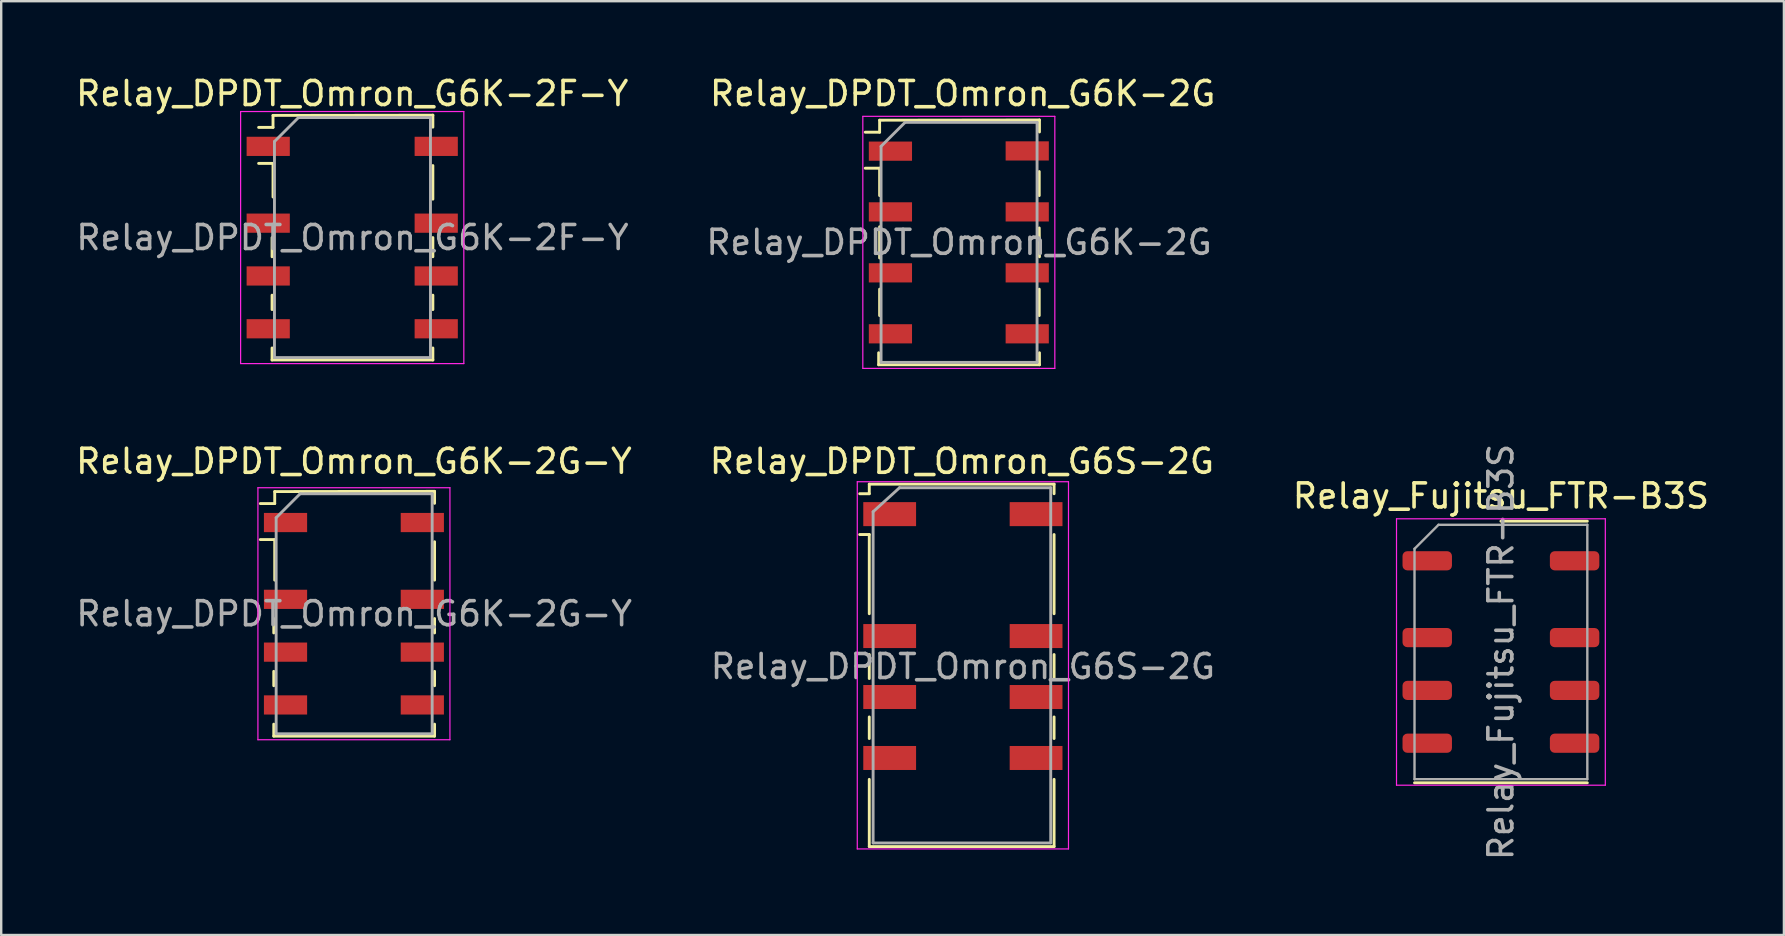
<source format=kicad_pcb>
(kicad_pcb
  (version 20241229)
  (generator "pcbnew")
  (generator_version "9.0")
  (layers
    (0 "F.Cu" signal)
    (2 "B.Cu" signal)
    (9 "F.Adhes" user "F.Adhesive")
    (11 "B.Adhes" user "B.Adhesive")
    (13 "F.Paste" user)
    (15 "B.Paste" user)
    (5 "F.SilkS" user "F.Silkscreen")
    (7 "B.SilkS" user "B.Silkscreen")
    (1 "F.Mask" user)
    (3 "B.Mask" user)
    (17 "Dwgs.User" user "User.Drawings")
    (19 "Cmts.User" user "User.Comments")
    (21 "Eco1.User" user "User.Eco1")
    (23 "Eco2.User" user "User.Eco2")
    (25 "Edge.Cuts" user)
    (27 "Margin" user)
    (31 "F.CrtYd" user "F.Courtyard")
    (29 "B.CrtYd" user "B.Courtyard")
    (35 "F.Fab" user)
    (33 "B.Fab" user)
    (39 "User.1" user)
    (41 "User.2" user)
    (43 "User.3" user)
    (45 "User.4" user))
  (footprint "Relay_Fujitsu_FTR-B3S"
    (layer "F.Cu")
    (at 59.485 24.115)
    (property "Reference" "Relay_Fujitsu_FTR-B3S" (at 0 -6.5 0) (layer "F.SilkS") (effects (font (size 1 1) (thickness 0.15))))
    (attr smd)
    (fp_line (start -3.6 5.45) (end 3.6 5.45) (stroke (width 0.12) (type solid)) (layer "F.SilkS"))
    (fp_line (start 0 -5.45) (end 3.6 -5.45) (stroke (width 0.12) (type solid)) (layer "F.SilkS"))
    (fp_line (start -4.35 -5.55) (end -4.35 5.55) (stroke (width 0.05) (type solid)) (layer "F.CrtYd"))
    (fp_line (start -4.35 5.55) (end 4.35 5.55) (stroke (width 0.05) (type solid)) (layer "F.CrtYd"))
    (fp_line (start 4.35 -5.55) (end -4.35 -5.55) (stroke (width 0.05) (type solid)) (layer "F.CrtYd"))
    (fp_line (start 4.35 5.55) (end 4.35 -5.55) (stroke (width 0.05) (type solid)) (layer "F.CrtYd"))
    (fp_line (start -3.6 -4.3) (end -2.6 -5.3) (stroke (width 0.1) (type solid)) (layer "F.Fab"))
    (fp_line (start -3.6 5.3) (end -3.6 -4.3) (stroke (width 0.1) (type solid)) (layer "F.Fab"))
    (fp_line (start -2.6 -5.3) (end 3.6 -5.3) (stroke (width 0.1) (type solid)) (layer "F.Fab"))
    (fp_line (start 3.6 -5.3) (end 3.6 5.3) (stroke (width 0.1) (type solid)) (layer "F.Fab"))
    (fp_line (start 3.6 5.3) (end -3.6 5.3) (stroke (width 0.1) (type solid)) (layer "F.Fab"))
    (fp_text user "${REFERENCE}" (at 0 0 90) (layer "F.Fab") (effects (font (size 1 1) (thickness 0.15))))
    (pad "1" smd roundrect (at -3.07 -3.8) (size 2.06 0.8) (layers "F.Cu" "F.Mask" "F.Paste") (roundrect_rratio 0.25))
    (pad "2" smd roundrect (at -3.07 -0.6) (size 2.06 0.8) (layers "F.Cu" "F.Mask" "F.Paste") (roundrect_rratio 0.25))
    (pad "3" smd roundrect (at -3.07 1.6) (size 2.06 0.8) (layers "F.Cu" "F.Mask" "F.Paste") (roundrect_rratio 0.25))
    (pad "4" smd roundrect (at -3.07 3.8) (size 2.06 0.8) (layers "F.Cu" "F.Mask" "F.Paste") (roundrect_rratio 0.25))
    (pad "5" smd roundrect (at 3.07 3.8) (size 2.06 0.8) (layers "F.Cu" "F.Mask" "F.Paste") (roundrect_rratio 0.25))
    (pad "6" smd roundrect (at 3.07 1.6) (size 2.06 0.8) (layers "F.Cu" "F.Mask" "F.Paste") (roundrect_rratio 0.25))
    (pad "7" smd roundrect (at 3.07 -0.6) (size 2.06 0.8) (layers "F.Cu" "F.Mask" "F.Paste") (roundrect_rratio 0.25))
    (pad "8" smd roundrect (at 3.07 -3.8) (size 2.06 0.8) (layers "F.Cu" "F.Mask" "F.Paste") (roundrect_rratio 0.25)))
  (footprint "Relay_DPDT_Omron_G6K-2G-Y"
    (layer "F.Cu")
    (at 11.696 22.521)
    (property "Reference" "Relay_DPDT_Omron_G6K-2G-Y" (at 0 -6.35 0) (unlocked yes) (layer "F.SilkS") (effects (font (size 1 1) (thickness 0.15))))
    (attr smd)
    (fp_line (start -3.34 0.8) (end -3.34 0.2) (stroke (width 0.12) (type solid)) (layer "F.SilkS"))
    (fp_line (start -3.34 3) (end -3.34 2.4) (stroke (width 0.12) (type solid)) (layer "F.SilkS"))
    (fp_line (start -3.34 5.1) (end -3.34 4.6) (stroke (width 0.12) (type solid)) (layer "F.SilkS"))
    (fp_line (start -3.3 -5.09) (end -3.3 -4.59) (stroke (width 0.12) (type solid)) (layer "F.SilkS"))
    (fp_line (start -3.3 -5.09) (end 3.36 -5.1) (stroke (width 0.12) (type solid)) (layer "F.SilkS"))
    (fp_line (start -3.3 -4.59) (end -3.9 -4.59) (stroke (width 0.12) (type solid)) (layer "F.SilkS"))
    (fp_line (start -3.3 -3.09) (end -3.9 -3.09) (stroke (width 0.12) (type solid)) (layer "F.SilkS"))
    (fp_line (start -3.3 -1.4) (end -3.3 -3.09) (stroke (width 0.12) (type solid)) (layer "F.SilkS"))
    (fp_line (start 3.36 -5.1) (end 3.36 -4.6) (stroke (width 0.12) (type solid)) (layer "F.SilkS"))
    (fp_line (start 3.36 -3) (end 3.36 -1.4) (stroke (width 0.12) (type solid)) (layer "F.SilkS"))
    (fp_line (start 3.36 0.2) (end 3.36 0.8) (stroke (width 0.12) (type solid)) (layer "F.SilkS"))
    (fp_line (start 3.36 2.4) (end 3.36 3) (stroke (width 0.12) (type solid)) (layer "F.SilkS"))
    (fp_line (start 3.36 4.6) (end 3.36 5.1) (stroke (width 0.12) (type solid)) (layer "F.SilkS"))
    (fp_line (start 3.36 5.1) (end -3.34 5.1) (stroke (width 0.12) (type solid)) (layer "F.SilkS"))
    (fp_line (start -4 -5.25) (end -4 5.25) (stroke (width 0.05) (type solid)) (layer "F.CrtYd"))
    (fp_line (start -4 -5.25) (end 4 -5.25) (stroke (width 0.05) (type solid)) (layer "F.CrtYd"))
    (fp_line (start 4 5.25) (end -4 5.25) (stroke (width 0.05) (type solid)) (layer "F.CrtYd"))
    (fp_line (start 4 5.25) (end 4 -5.25) (stroke (width 0.05) (type solid)) (layer "F.CrtYd"))
    (fp_line (start -3.24 -4) (end -2.24 -5) (stroke (width 0.12) (type solid)) (layer "F.Fab"))
    (fp_line (start -3.24 5) (end -3.24 -4) (stroke (width 0.12) (type solid)) (layer "F.Fab"))
    (fp_line (start -2.24 -5) (end 3.26 -5) (stroke (width 0.12) (type solid)) (layer "F.Fab"))
    (fp_line (start 3.26 -5) (end 3.26 5) (stroke (width 0.12) (type solid)) (layer "F.Fab"))
    (fp_line (start 3.26 5) (end -3.24 5) (stroke (width 0.12) (type solid)) (layer "F.Fab"))
    (fp_text user "${REFERENCE}" (at 0.01 0 0) (layer "F.Fab") (effects (font (size 1 1) (thickness 0.15))))
    (pad "1" smd rect (at -2.85 -3.8) (size 1.8 0.8) (layers "F.Cu" "F.Mask" "F.Paste"))
    (pad "2" smd rect (at -2.85 -0.6) (size 1.8 0.8) (layers "F.Cu" "F.Mask" "F.Paste"))
    (pad "3" smd rect (at -2.85 1.6) (size 1.8 0.8) (layers "F.Cu" "F.Mask" "F.Paste"))
    (pad "4" smd rect (at -2.85 3.8) (size 1.8 0.8) (layers "F.Cu" "F.Mask" "F.Paste"))
    (pad "5" smd rect (at 2.85 3.8) (size 1.8 0.8) (layers "F.Cu" "F.Mask" "F.Paste"))
    (pad "6" smd rect (at 2.85 1.6) (size 1.8 0.8) (layers "F.Cu" "F.Mask" "F.Paste"))
    (pad "7" smd rect (at 2.85 -0.6) (size 1.8 0.8) (layers "F.Cu" "F.Mask" "F.Paste"))
    (pad "8" smd rect (at 2.85 -3.8) (size 1.8 0.8) (layers "F.Cu" "F.Mask" "F.Paste")))
  (footprint "Relay_DPDT_Omron_G6K-2F-Y"
    (layer "F.Cu")
    (at 11.625 6.848)
    (property "Reference" "Relay_DPDT_Omron_G6K-2F-Y" (at 0 -6 0) (layer "F.SilkS") (effects (font (size 1 1) (thickness 0.15))))
    (attr smd)
    (fp_line (start -3.34 0.8) (end -3.34 0) (stroke (width 0.12) (type solid)) (layer "F.SilkS"))
    (fp_line (start -3.34 3) (end -3.34 2.4) (stroke (width 0.12) (type solid)) (layer "F.SilkS"))
    (fp_line (start -3.34 5.1) (end -3.34 4.6) (stroke (width 0.12) (type solid)) (layer "F.SilkS"))
    (fp_line (start -3.3 -5.09) (end -3.3 -4.59) (stroke (width 0.12) (type solid)) (layer "F.SilkS"))
    (fp_line (start -3.3 -5.09) (end 3.36 -5.1) (stroke (width 0.12) (type solid)) (layer "F.SilkS"))
    (fp_line (start -3.3 -4.59) (end -3.9 -4.59) (stroke (width 0.12) (type solid)) (layer "F.SilkS"))
    (fp_line (start -3.3 -3.09) (end -3.9 -3.09) (stroke (width 0.12) (type solid)) (layer "F.SilkS"))
    (fp_line (start -3.3 -1.69) (end -3.3 -3.09) (stroke (width 0.12) (type solid)) (layer "F.SilkS"))
    (fp_line (start 3.36 -5.1) (end 3.36 -4.6) (stroke (width 0.12) (type solid)) (layer "F.SilkS"))
    (fp_line (start 3.36 -3) (end 3.36 -1.6) (stroke (width 0.12) (type solid)) (layer "F.SilkS"))
    (fp_line (start 3.36 0) (end 3.36 0.8) (stroke (width 0.12) (type solid)) (layer "F.SilkS"))
    (fp_line (start 3.36 2.4) (end 3.36 3) (stroke (width 0.12) (type solid)) (layer "F.SilkS"))
    (fp_line (start 3.36 4.6) (end 3.36 5.1) (stroke (width 0.12) (type solid)) (layer "F.SilkS"))
    (fp_line (start 3.36 5.1) (end -3.34 5.1) (stroke (width 0.12) (type solid)) (layer "F.SilkS"))
    (fp_line (start -4.65 -5.25) (end -4.65 5.25) (stroke (width 0.05) (type solid)) (layer "F.CrtYd"))
    (fp_line (start -4.65 -5.25) (end 4.65 -5.25) (stroke (width 0.05) (type solid)) (layer "F.CrtYd"))
    (fp_line (start 4.65 5.25) (end -4.65 5.25) (stroke (width 0.05) (type solid)) (layer "F.CrtYd"))
    (fp_line (start 4.65 5.25) (end 4.65 -5.25) (stroke (width 0.05) (type solid)) (layer "F.CrtYd"))
    (fp_line (start -3.24 -4) (end -2.24 -5) (stroke (width 0.12) (type solid)) (layer "F.Fab"))
    (fp_line (start -3.24 5) (end -3.24 -4) (stroke (width 0.12) (type solid)) (layer "F.Fab"))
    (fp_line (start -2.24 -5) (end 3.26 -5) (stroke (width 0.12) (type solid)) (layer "F.Fab"))
    (fp_line (start 3.26 -5) (end 3.26 5) (stroke (width 0.12) (type solid)) (layer "F.Fab"))
    (fp_line (start 3.26 5) (end -3.24 5) (stroke (width 0.12) (type solid)) (layer "F.Fab"))
    (fp_text user "${REFERENCE}" (at 0.01 0 0) (layer "F.Fab") (effects (font (size 1 1) (thickness 0.15))))
    (pad "1" smd rect (at -3.5 -3.8) (size 1.8 0.8) (layers "F.Cu" "F.Mask" "F.Paste"))
    (pad "2" smd rect (at -3.5 -0.6) (size 1.8 0.8) (layers "F.Cu" "F.Mask" "F.Paste"))
    (pad "3" smd rect (at -3.5 1.6) (size 1.8 0.8) (layers "F.Cu" "F.Mask" "F.Paste"))
    (pad "4" smd rect (at -3.5 3.8) (size 1.8 0.8) (layers "F.Cu" "F.Mask" "F.Paste"))
    (pad "5" smd rect (at 3.5 3.8) (size 1.8 0.8) (layers "F.Cu" "F.Mask" "F.Paste"))
    (pad "6" smd rect (at 3.5 1.6) (size 1.8 0.8) (layers "F.Cu" "F.Mask" "F.Paste"))
    (pad "7" smd rect (at 3.5 -0.6) (size 1.8 0.8) (layers "F.Cu" "F.Mask" "F.Paste"))
    (pad "8" smd rect (at 3.5 -3.8) (size 1.8 0.8) (layers "F.Cu" "F.Mask" "F.Paste")))
  (footprint "Relay_DPDT_Omron_G6S-2G"
    (layer "F.Cu")
    (at 37.068 24.721)
    (property "Reference" "Relay_DPDT_Omron_G6S-2G" (at -0.04 -8.55 0) (layer "F.SilkS") (effects (font (size 1 1) (thickness 0.15))))
    (attr smd)
    (fp_line (start -4.3 -7.2) (end -3.9 -7.2) (stroke (width 0.12) (type solid)) (layer "F.SilkS"))
    (fp_line (start -3.9 -7.6) (end 3.8 -7.6) (stroke (width 0.12) (type solid)) (layer "F.SilkS"))
    (fp_line (start -3.9 -7.2) (end -3.9 -7.6) (stroke (width 0.12) (type solid)) (layer "F.SilkS"))
    (fp_line (start -3.9 -5.5) (end -4.3 -5.5) (stroke (width 0.12) (type solid)) (layer "F.SilkS"))
    (fp_line (start -3.9 -5.5) (end -3.9 -2.2) (stroke (width 0.12) (type solid)) (layer "F.SilkS"))
    (fp_line (start -3.9 -0.5) (end -3.9 0.5) (stroke (width 0.12) (type solid)) (layer "F.SilkS"))
    (fp_line (start -3.9 2.1) (end -3.9 3) (stroke (width 0.12) (type solid)) (layer "F.SilkS"))
    (fp_line (start -3.9 4.7) (end -3.9 7.5) (stroke (width 0.12) (type solid)) (layer "F.SilkS"))
    (fp_line (start -3.9 7.5) (end 3.8 7.5) (stroke (width 0.12) (type solid)) (layer "F.SilkS"))
    (fp_line (start 3.8 -7.6) (end 3.8 -7.2) (stroke (width 0.12) (type solid)) (layer "F.SilkS"))
    (fp_line (start 3.8 -5.5) (end 3.8 -2.2) (stroke (width 0.12) (type solid)) (layer "F.SilkS"))
    (fp_line (start 3.8 0.5) (end 3.8 -0.5) (stroke (width 0.12) (type solid)) (layer "F.SilkS"))
    (fp_line (start 3.8 3) (end 3.8 2.1) (stroke (width 0.12) (type solid)) (layer "F.SilkS"))
    (fp_line (start 3.8 7.5) (end 3.8 4.7) (stroke (width 0.12) (type solid)) (layer "F.SilkS"))
    (fp_line (start -4.4 -7.7) (end -4.4 7.6) (stroke (width 0.05) (type solid)) (layer "F.CrtYd"))
    (fp_line (start -4.4 -7.7) (end 4.4 -7.7) (stroke (width 0.05) (type solid)) (layer "F.CrtYd"))
    (fp_line (start 4.4 7.6) (end -4.4 7.6) (stroke (width 0.05) (type solid)) (layer "F.CrtYd"))
    (fp_line (start 4.4 7.6) (end 4.4 -7.7) (stroke (width 0.05) (type solid)) (layer "F.CrtYd"))
    (fp_line (start -3.74 -6.45) (end -2.64 -7.45) (stroke (width 0.12) (type solid)) (layer "F.Fab"))
    (fp_line (start -3.74 7.35) (end -3.74 -6.45) (stroke (width 0.12) (type solid)) (layer "F.Fab"))
    (fp_line (start -2.64 -7.45) (end 3.66 -7.45) (stroke (width 0.12) (type solid)) (layer "F.Fab"))
    (fp_line (start 3.66 -7.45) (end 3.66 7.35) (stroke (width 0.12) (type solid)) (layer "F.Fab"))
    (fp_line (start 3.66 7.35) (end -3.74 7.35) (stroke (width 0.12) (type solid)) (layer "F.Fab"))
    (fp_text user "${REFERENCE}" (at 0 0 0) (layer "F.Fab") (effects (font (size 1 1) (thickness 0.15))))
    (pad "1" smd rect (at -3.05 -6.35) (size 2.2 1) (layers "F.Cu" "F.Mask" "F.Paste"))
    (pad "3" smd rect (at -3.05 -1.27) (size 2.2 1) (layers "F.Cu" "F.Mask" "F.Paste"))
    (pad "4" smd rect (at -3.05 1.27) (size 2.2 1) (layers "F.Cu" "F.Mask" "F.Paste"))
    (pad "5" smd rect (at -3.05 3.81) (size 2.2 1) (layers "F.Cu" "F.Mask" "F.Paste"))
    (pad "8" smd rect (at 3.05 3.81) (size 2.2 1) (layers "F.Cu" "F.Mask" "F.Paste"))
    (pad "9" smd rect (at 3.05 1.27) (size 2.2 1) (layers "F.Cu" "F.Mask" "F.Paste"))
    (pad "10" smd rect (at 3.05 -1.27) (size 2.2 1) (layers "F.Cu" "F.Mask" "F.Paste"))
    (pad "12" smd rect (at 3.05 -6.35) (size 2.2 1) (layers "F.Cu" "F.Mask" "F.Paste")))
  (footprint "Relay_DPDT_Omron_G6K-2G"
    (layer "F.Cu")
    (at 36.899 7.048)
    (property "Reference" "Relay_DPDT_Omron_G6K-2G" (at 0.16 -6.2 0) (layer "F.SilkS") (effects (font (size 1 1) (thickness 0.15))))
    (attr smd)
    (fp_line (start -3.34 5.1) (end -3.34 4.6) (stroke (width 0.12) (type solid)) (layer "F.SilkS"))
    (fp_line (start -3.3 -5.09) (end -3.3 -4.59) (stroke (width 0.12) (type solid)) (layer "F.SilkS"))
    (fp_line (start -3.3 -5.09) (end 3.36 -5.1) (stroke (width 0.12) (type solid)) (layer "F.SilkS"))
    (fp_line (start -3.3 -4.59) (end -3.9 -4.59) (stroke (width 0.12) (type solid)) (layer "F.SilkS"))
    (fp_line (start -3.3 -3.09) (end -3.9 -3.09) (stroke (width 0.12) (type solid)) (layer "F.SilkS"))
    (fp_line (start -3.3 -1.95) (end -3.3 -3.09) (stroke (width 0.12) (type solid)) (layer "F.SilkS"))
    (fp_line (start -3.3 0.65) (end -3.3 -0.65) (stroke (width 0.12) (type solid)) (layer "F.SilkS"))
    (fp_line (start -3.3 3.05) (end -3.3 1.95) (stroke (width 0.12) (type solid)) (layer "F.SilkS"))
    (fp_line (start 3.35 -2.95) (end 3.35 -1.95) (stroke (width 0.12) (type solid)) (layer "F.SilkS"))
    (fp_line (start 3.35 -0.6) (end 3.36 0.6) (stroke (width 0.12) (type solid)) (layer "F.SilkS"))
    (fp_line (start 3.35 1.95) (end 3.35 3.05) (stroke (width 0.12) (type solid)) (layer "F.SilkS"))
    (fp_line (start 3.36 -5.1) (end 3.36 -4.6) (stroke (width 0.12) (type solid)) (layer "F.SilkS"))
    (fp_line (start 3.36 4.6) (end 3.36 5.1) (stroke (width 0.12) (type solid)) (layer "F.SilkS"))
    (fp_line (start 3.36 5.1) (end -3.34 5.1) (stroke (width 0.12) (type solid)) (layer "F.SilkS"))
    (fp_line (start -4 -5.25) (end -4 5.25) (stroke (width 0.05) (type solid)) (layer "F.CrtYd"))
    (fp_line (start -4 -5.25) (end 4 -5.25) (stroke (width 0.05) (type solid)) (layer "F.CrtYd"))
    (fp_line (start 4 5.25) (end -4 5.25) (stroke (width 0.05) (type solid)) (layer "F.CrtYd"))
    (fp_line (start 4 5.25) (end 4 -5.25) (stroke (width 0.05) (type solid)) (layer "F.CrtYd"))
    (fp_line (start -3.24 -4) (end -2.24 -5) (stroke (width 0.12) (type solid)) (layer "F.Fab"))
    (fp_line (start -3.24 5) (end -3.24 -4) (stroke (width 0.12) (type solid)) (layer "F.Fab"))
    (fp_line (start -2.24 -5) (end 3.26 -5) (stroke (width 0.12) (type solid)) (layer "F.Fab"))
    (fp_line (start 3.26 -5) (end 3.26 5) (stroke (width 0.12) (type solid)) (layer "F.Fab"))
    (fp_line (start 3.26 5) (end -3.24 5) (stroke (width 0.12) (type solid)) (layer "F.Fab"))
    (fp_text user "${REFERENCE}" (at 0.01 0 0) (layer "F.Fab") (effects (font (size 1 1) (thickness 0.15))))
    (pad "1" smd rect (at -2.85 -3.8) (size 1.8 0.8) (layers "F.Cu" "F.Mask" "F.Paste"))
    (pad "2" smd rect (at -2.85 -1.27) (size 1.8 0.8) (layers "F.Cu" "F.Mask" "F.Paste"))
    (pad "3" smd rect (at -2.85 1.27) (size 1.8 0.8) (layers "F.Cu" "F.Mask" "F.Paste"))
    (pad "4" smd rect (at -2.85 3.81) (size 1.8 0.8) (layers "F.Cu" "F.Mask" "F.Paste"))
    (pad "5" smd rect (at 2.85 3.81) (size 1.8 0.8) (layers "F.Cu" "F.Mask" "F.Paste"))
    (pad "6" smd rect (at 2.85 1.27) (size 1.8 0.8) (layers "F.Cu" "F.Mask" "F.Paste"))
    (pad "7" smd rect (at 2.85 -1.27) (size 1.8 0.8) (layers "F.Cu" "F.Mask" "F.Paste"))
    (pad "8" smd rect (at 2.85 -3.81) (size 1.8 0.8) (layers "F.Cu" "F.Mask" "F.Paste")))
  (gr_rect
    (start -3 -3)
    (end 71.276 35.907)
    (stroke (width 0.1) (type default))
    (fill no)
    (layer "Edge.Cuts")))
</source>
